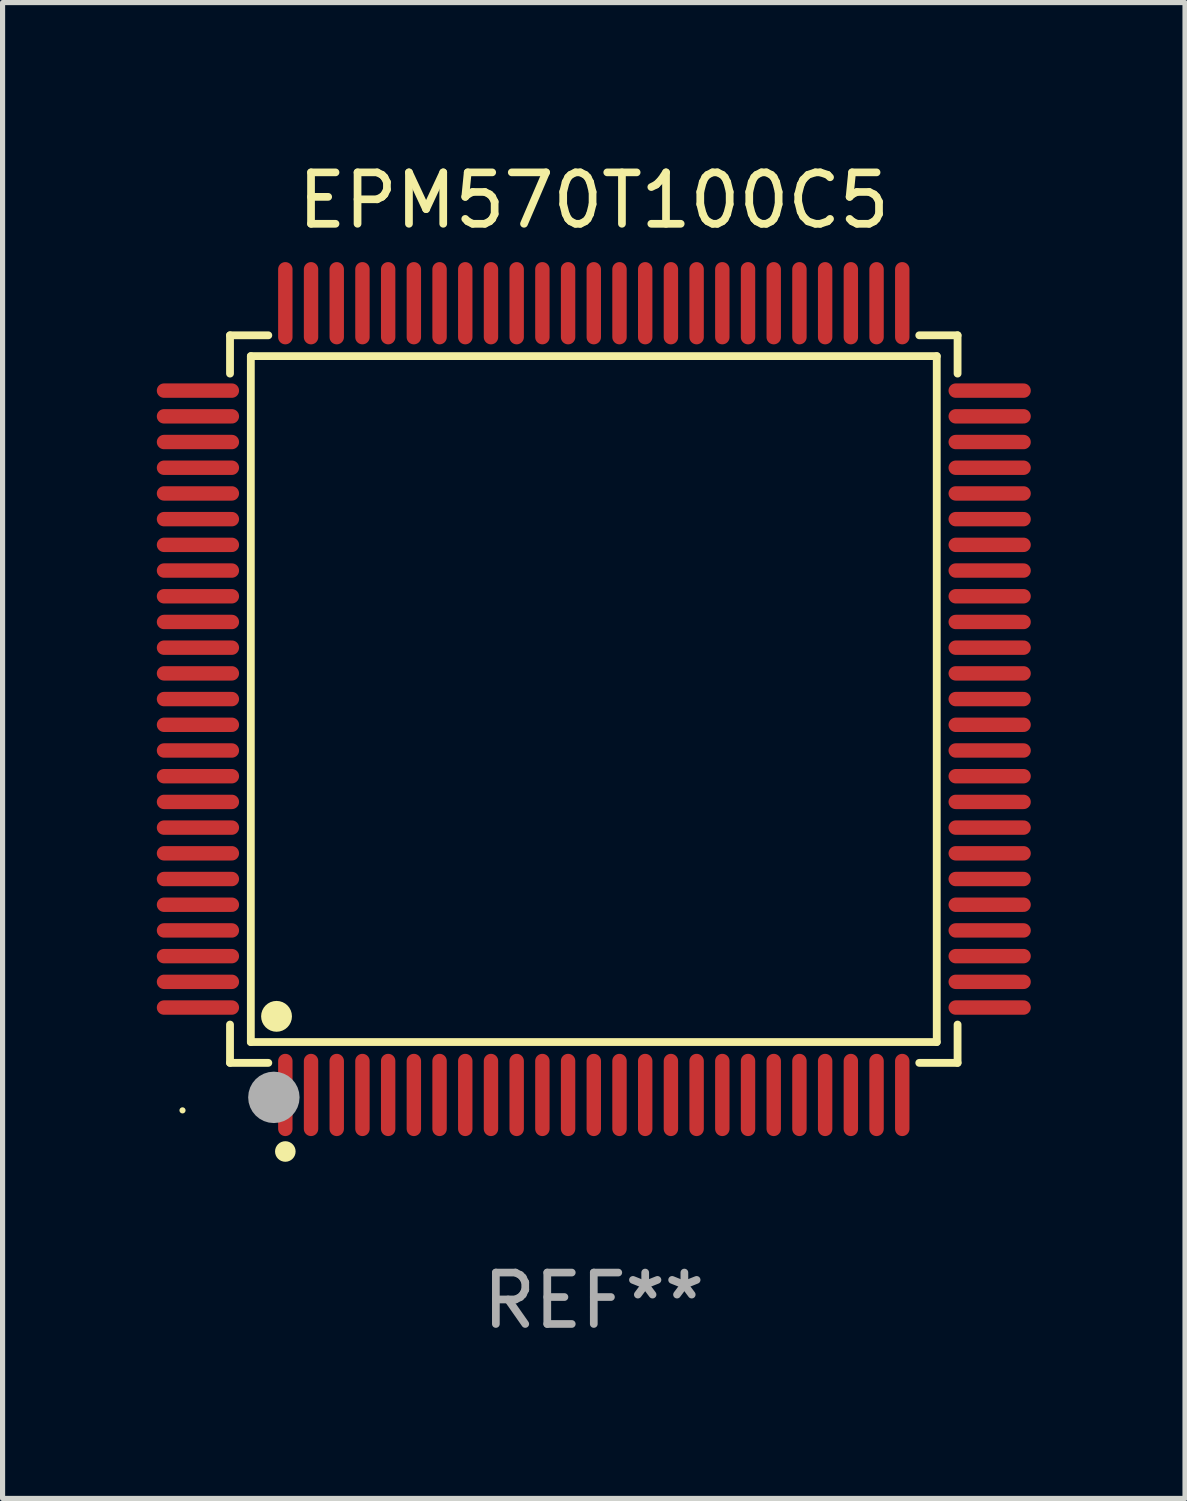
<source format=kicad_pcb>
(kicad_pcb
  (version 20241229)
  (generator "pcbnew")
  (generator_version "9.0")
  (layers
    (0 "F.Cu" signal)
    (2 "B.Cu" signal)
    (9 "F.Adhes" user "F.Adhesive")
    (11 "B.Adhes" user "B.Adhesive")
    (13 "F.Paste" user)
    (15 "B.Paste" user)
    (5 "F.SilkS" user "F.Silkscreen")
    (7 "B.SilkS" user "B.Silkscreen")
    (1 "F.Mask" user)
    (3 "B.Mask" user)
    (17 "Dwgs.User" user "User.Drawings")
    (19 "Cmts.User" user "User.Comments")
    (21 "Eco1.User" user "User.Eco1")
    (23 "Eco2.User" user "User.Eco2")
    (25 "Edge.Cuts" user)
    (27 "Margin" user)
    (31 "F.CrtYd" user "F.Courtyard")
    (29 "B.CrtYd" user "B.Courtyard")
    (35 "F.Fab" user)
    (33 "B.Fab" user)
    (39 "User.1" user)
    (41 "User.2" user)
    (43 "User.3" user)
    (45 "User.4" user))
  (footprint "EPM570T100C5"
    (layer "F.Cu")
    (at 8.5 10.548)
    (property "Reference" "EPM570T100C5" (at 0 -9.7 0) (layer "F.SilkS") (effects (font (size 1 1) (thickness 0.15))))
    (attr through_hole)
    (fp_line (start -7.076 -7.076) (end -6.331 -7.076) (stroke (width 0.152) (type solid)) (layer "F.SilkS"))
    (fp_line (start -7.076 -6.331) (end -7.076 -7.076) (stroke (width 0.152) (type solid)) (layer "F.SilkS"))
    (fp_line (start -7.076 6.331) (end -7.076 7.076) (stroke (width 0.152) (type solid)) (layer "F.SilkS"))
    (fp_line (start -7.076 7.076) (end -6.331 7.076) (stroke (width 0.152) (type solid)) (layer "F.SilkS"))
    (fp_line (start -6.671 -6.671) (end 6.671 -6.671) (stroke (width 0.152) (type solid)) (layer "F.SilkS"))
    (fp_line (start -6.671 6.671) (end -6.671 -6.671) (stroke (width 0.152) (type solid)) (layer "F.SilkS"))
    (fp_line (start 6.671 -6.671) (end 6.671 6.671) (stroke (width 0.152) (type solid)) (layer "F.SilkS"))
    (fp_line (start 6.671 6.671) (end -6.671 6.671) (stroke (width 0.152) (type solid)) (layer "F.SilkS"))
    (fp_line (start 7.076 -7.076) (end 6.331 -7.076) (stroke (width 0.152) (type solid)) (layer "F.SilkS"))
    (fp_line (start 7.076 -6.331) (end 7.076 -7.076) (stroke (width 0.152) (type solid)) (layer "F.SilkS"))
    (fp_line (start 7.076 6.331) (end 7.076 7.076) (stroke (width 0.152) (type solid)) (layer "F.SilkS"))
    (fp_line (start 7.076 7.076) (end 6.331 7.076) (stroke (width 0.152) (type solid)) (layer "F.SilkS"))
    (fp_circle (center -8 8) (end -7.97 8) (stroke (width 0.06) (type solid)) (fill no) (layer "F.SilkS"))
    (fp_circle (center -6.171 6.171) (end -6.021 6.171) (stroke (width 0.3) (type solid)) (fill no) (layer "F.SilkS"))
    (fp_circle (center -6 8.8) (end -5.9 8.8) (stroke (width 0.2) (type solid)) (fill no) (layer "F.SilkS"))
    (fp_circle (center -6.223 7.747) (end -5.973 7.747) (stroke (width 0.5) (type solid)) (fill no) (layer "F.Fab"))
    (fp_text user "REF**" (at 0 11.7 0) (layer "F.Fab") (effects (font (size 1 1) (thickness 0.15))))
    (pad "1" smd oval (at -6 7.7) (size 0.28 1.6) (layers "F.Cu" "F.Mask" "F.Paste"))
    (pad "2" smd oval (at -5.5 7.7) (size 0.28 1.6) (layers "F.Cu" "F.Mask" "F.Paste"))
    (pad "3" smd oval (at -5 7.7) (size 0.28 1.6) (layers "F.Cu" "F.Mask" "F.Paste"))
    (pad "4" smd oval (at -4.5 7.7) (size 0.28 1.6) (layers "F.Cu" "F.Mask" "F.Paste"))
    (pad "5" smd oval (at -4 7.7) (size 0.28 1.6) (layers "F.Cu" "F.Mask" "F.Paste"))
    (pad "6" smd oval (at -3.5 7.7) (size 0.28 1.6) (layers "F.Cu" "F.Mask" "F.Paste"))
    (pad "7" smd oval (at -3 7.7) (size 0.28 1.6) (layers "F.Cu" "F.Mask" "F.Paste"))
    (pad "8" smd oval (at -2.5 7.7) (size 0.28 1.6) (layers "F.Cu" "F.Mask" "F.Paste"))
    (pad "9" smd oval (at -2 7.7) (size 0.28 1.6) (layers "F.Cu" "F.Mask" "F.Paste"))
    (pad "10" smd oval (at -1.5 7.7) (size 0.28 1.6) (layers "F.Cu" "F.Mask" "F.Paste"))
    (pad "11" smd oval (at -1 7.7) (size 0.28 1.6) (layers "F.Cu" "F.Mask" "F.Paste"))
    (pad "12" smd oval (at -0.5 7.7) (size 0.28 1.6) (layers "F.Cu" "F.Mask" "F.Paste"))
    (pad "13" smd oval (at 0 7.7) (size 0.28 1.6) (layers "F.Cu" "F.Mask" "F.Paste"))
    (pad "14" smd oval (at 0.5 7.7) (size 0.28 1.6) (layers "F.Cu" "F.Mask" "F.Paste"))
    (pad "15" smd oval (at 1 7.7) (size 0.28 1.6) (layers "F.Cu" "F.Mask" "F.Paste"))
    (pad "16" smd oval (at 1.5 7.7) (size 0.28 1.6) (layers "F.Cu" "F.Mask" "F.Paste"))
    (pad "17" smd oval (at 2 7.7) (size 0.28 1.6) (layers "F.Cu" "F.Mask" "F.Paste"))
    (pad "18" smd oval (at 2.5 7.7) (size 0.28 1.6) (layers "F.Cu" "F.Mask" "F.Paste"))
    (pad "19" smd oval (at 3 7.7) (size 0.28 1.6) (layers "F.Cu" "F.Mask" "F.Paste"))
    (pad "20" smd oval (at 3.5 7.7) (size 0.28 1.6) (layers "F.Cu" "F.Mask" "F.Paste"))
    (pad "21" smd oval (at 4 7.7) (size 0.28 1.6) (layers "F.Cu" "F.Mask" "F.Paste"))
    (pad "22" smd oval (at 4.5 7.7) (size 0.28 1.6) (layers "F.Cu" "F.Mask" "F.Paste"))
    (pad "23" smd oval (at 5 7.7) (size 0.28 1.6) (layers "F.Cu" "F.Mask" "F.Paste"))
    (pad "24" smd oval (at 5.5 7.7) (size 0.28 1.6) (layers "F.Cu" "F.Mask" "F.Paste"))
    (pad "25" smd oval (at 6 7.7) (size 0.28 1.6) (layers "F.Cu" "F.Mask" "F.Paste"))
    (pad "26" smd oval (at 7.7 6) (size 1.6 0.28) (layers "F.Cu" "F.Mask" "F.Paste"))
    (pad "27" smd oval (at 7.7 5.5) (size 1.6 0.28) (layers "F.Cu" "F.Mask" "F.Paste"))
    (pad "28" smd oval (at 7.7 5) (size 1.6 0.28) (layers "F.Cu" "F.Mask" "F.Paste"))
    (pad "29" smd oval (at 7.7 4.5) (size 1.6 0.28) (layers "F.Cu" "F.Mask" "F.Paste"))
    (pad "30" smd oval (at 7.7 4) (size 1.6 0.28) (layers "F.Cu" "F.Mask" "F.Paste"))
    (pad "31" smd oval (at 7.7 3.5) (size 1.6 0.28) (layers "F.Cu" "F.Mask" "F.Paste"))
    (pad "32" smd oval (at 7.7 3) (size 1.6 0.28) (layers "F.Cu" "F.Mask" "F.Paste"))
    (pad "33" smd oval (at 7.7 2.5) (size 1.6 0.28) (layers "F.Cu" "F.Mask" "F.Paste"))
    (pad "34" smd oval (at 7.7 2) (size 1.6 0.28) (layers "F.Cu" "F.Mask" "F.Paste"))
    (pad "35" smd oval (at 7.7 1.5) (size 1.6 0.28) (layers "F.Cu" "F.Mask" "F.Paste"))
    (pad "36" smd oval (at 7.7 1) (size 1.6 0.28) (layers "F.Cu" "F.Mask" "F.Paste"))
    (pad "37" smd oval (at 7.7 0.5) (size 1.6 0.28) (layers "F.Cu" "F.Mask" "F.Paste"))
    (pad "38" smd oval (at 7.7 0) (size 1.6 0.28) (layers "F.Cu" "F.Mask" "F.Paste"))
    (pad "39" smd oval (at 7.7 -0.5) (size 1.6 0.28) (layers "F.Cu" "F.Mask" "F.Paste"))
    (pad "40" smd oval (at 7.7 -1) (size 1.6 0.28) (layers "F.Cu" "F.Mask" "F.Paste"))
    (pad "41" smd oval (at 7.7 -1.5) (size 1.6 0.28) (layers "F.Cu" "F.Mask" "F.Paste"))
    (pad "42" smd oval (at 7.7 -2) (size 1.6 0.28) (layers "F.Cu" "F.Mask" "F.Paste"))
    (pad "43" smd oval (at 7.7 -2.5) (size 1.6 0.28) (layers "F.Cu" "F.Mask" "F.Paste"))
    (pad "44" smd oval (at 7.7 -3) (size 1.6 0.28) (layers "F.Cu" "F.Mask" "F.Paste"))
    (pad "45" smd oval (at 7.7 -3.5) (size 1.6 0.28) (layers "F.Cu" "F.Mask" "F.Paste"))
    (pad "46" smd oval (at 7.7 -4) (size 1.6 0.28) (layers "F.Cu" "F.Mask" "F.Paste"))
    (pad "47" smd oval (at 7.7 -4.5) (size 1.6 0.28) (layers "F.Cu" "F.Mask" "F.Paste"))
    (pad "48" smd oval (at 7.7 -5) (size 1.6 0.28) (layers "F.Cu" "F.Mask" "F.Paste"))
    (pad "49" smd oval (at 7.7 -5.5) (size 1.6 0.28) (layers "F.Cu" "F.Mask" "F.Paste"))
    (pad "50" smd oval (at 7.7 -6) (size 1.6 0.28) (layers "F.Cu" "F.Mask" "F.Paste"))
    (pad "51" smd oval (at 6 -7.7) (size 0.28 1.6) (layers "F.Cu" "F.Mask" "F.Paste"))
    (pad "52" smd oval (at 5.5 -7.7) (size 0.28 1.6) (layers "F.Cu" "F.Mask" "F.Paste"))
    (pad "53" smd oval (at 5 -7.7) (size 0.28 1.6) (layers "F.Cu" "F.Mask" "F.Paste"))
    (pad "54" smd oval (at 4.5 -7.7) (size 0.28 1.6) (layers "F.Cu" "F.Mask" "F.Paste"))
    (pad "55" smd oval (at 4 -7.7) (size 0.28 1.6) (layers "F.Cu" "F.Mask" "F.Paste"))
    (pad "56" smd oval (at 3.5 -7.7) (size 0.28 1.6) (layers "F.Cu" "F.Mask" "F.Paste"))
    (pad "57" smd oval (at 3 -7.7) (size 0.28 1.6) (layers "F.Cu" "F.Mask" "F.Paste"))
    (pad "58" smd oval (at 2.5 -7.7) (size 0.28 1.6) (layers "F.Cu" "F.Mask" "F.Paste"))
    (pad "59" smd oval (at 2 -7.7) (size 0.28 1.6) (layers "F.Cu" "F.Mask" "F.Paste"))
    (pad "60" smd oval (at 1.5 -7.7) (size 0.28 1.6) (layers "F.Cu" "F.Mask" "F.Paste"))
    (pad "61" smd oval (at 1 -7.7) (size 0.28 1.6) (layers "F.Cu" "F.Mask" "F.Paste"))
    (pad "62" smd oval (at 0.5 -7.7) (size 0.28 1.6) (layers "F.Cu" "F.Mask" "F.Paste"))
    (pad "63" smd oval (at 0 -7.7) (size 0.28 1.6) (layers "F.Cu" "F.Mask" "F.Paste"))
    (pad "64" smd oval (at -0.5 -7.7) (size 0.28 1.6) (layers "F.Cu" "F.Mask" "F.Paste"))
    (pad "65" smd oval (at -1 -7.7) (size 0.28 1.6) (layers "F.Cu" "F.Mask" "F.Paste"))
    (pad "66" smd oval (at -1.5 -7.7) (size 0.28 1.6) (layers "F.Cu" "F.Mask" "F.Paste"))
    (pad "67" smd oval (at -2 -7.7) (size 0.28 1.6) (layers "F.Cu" "F.Mask" "F.Paste"))
    (pad "68" smd oval (at -2.5 -7.7) (size 0.28 1.6) (layers "F.Cu" "F.Mask" "F.Paste"))
    (pad "69" smd oval (at -3 -7.7) (size 0.28 1.6) (layers "F.Cu" "F.Mask" "F.Paste"))
    (pad "70" smd oval (at -3.5 -7.7) (size 0.28 1.6) (layers "F.Cu" "F.Mask" "F.Paste"))
    (pad "71" smd oval (at -4 -7.7) (size 0.28 1.6) (layers "F.Cu" "F.Mask" "F.Paste"))
    (pad "72" smd oval (at -4.5 -7.7) (size 0.28 1.6) (layers "F.Cu" "F.Mask" "F.Paste"))
    (pad "73" smd oval (at -5 -7.7) (size 0.28 1.6) (layers "F.Cu" "F.Mask" "F.Paste"))
    (pad "74" smd oval (at -5.5 -7.7) (size 0.28 1.6) (layers "F.Cu" "F.Mask" "F.Paste"))
    (pad "75" smd oval (at -6 -7.7) (size 0.28 1.6) (layers "F.Cu" "F.Mask" "F.Paste"))
    (pad "76" smd oval (at -7.7 -6) (size 1.6 0.28) (layers "F.Cu" "F.Mask" "F.Paste"))
    (pad "77" smd oval (at -7.7 -5.5) (size 1.6 0.28) (layers "F.Cu" "F.Mask" "F.Paste"))
    (pad "78" smd oval (at -7.7 -5) (size 1.6 0.28) (layers "F.Cu" "F.Mask" "F.Paste"))
    (pad "79" smd oval (at -7.7 -4.5) (size 1.6 0.28) (layers "F.Cu" "F.Mask" "F.Paste"))
    (pad "80" smd oval (at -7.7 -4) (size 1.6 0.28) (layers "F.Cu" "F.Mask" "F.Paste"))
    (pad "81" smd oval (at -7.7 -3.5) (size 1.6 0.28) (layers "F.Cu" "F.Mask" "F.Paste"))
    (pad "82" smd oval (at -7.7 -3) (size 1.6 0.28) (layers "F.Cu" "F.Mask" "F.Paste"))
    (pad "83" smd oval (at -7.7 -2.5) (size 1.6 0.28) (layers "F.Cu" "F.Mask" "F.Paste"))
    (pad "84" smd oval (at -7.7 -2) (size 1.6 0.28) (layers "F.Cu" "F.Mask" "F.Paste"))
    (pad "85" smd oval (at -7.7 -1.5) (size 1.6 0.28) (layers "F.Cu" "F.Mask" "F.Paste"))
    (pad "86" smd oval (at -7.7 -1) (size 1.6 0.28) (layers "F.Cu" "F.Mask" "F.Paste"))
    (pad "87" smd oval (at -7.7 -0.5) (size 1.6 0.28) (layers "F.Cu" "F.Mask" "F.Paste"))
    (pad "88" smd oval (at -7.7 0) (size 1.6 0.28) (layers "F.Cu" "F.Mask" "F.Paste"))
    (pad "89" smd oval (at -7.7 0.5) (size 1.6 0.28) (layers "F.Cu" "F.Mask" "F.Paste"))
    (pad "90" smd oval (at -7.7 1) (size 1.6 0.28) (layers "F.Cu" "F.Mask" "F.Paste"))
    (pad "91" smd oval (at -7.7 1.5) (size 1.6 0.28) (layers "F.Cu" "F.Mask" "F.Paste"))
    (pad "92" smd oval (at -7.7 2) (size 1.6 0.28) (layers "F.Cu" "F.Mask" "F.Paste"))
    (pad "93" smd oval (at -7.7 2.5) (size 1.6 0.28) (layers "F.Cu" "F.Mask" "F.Paste"))
    (pad "94" smd oval (at -7.7 3) (size 1.6 0.28) (layers "F.Cu" "F.Mask" "F.Paste"))
    (pad "95" smd oval (at -7.7 3.5) (size 1.6 0.28) (layers "F.Cu" "F.Mask" "F.Paste"))
    (pad "96" smd oval (at -7.7 4) (size 1.6 0.28) (layers "F.Cu" "F.Mask" "F.Paste"))
    (pad "97" smd oval (at -7.7 4.5) (size 1.6 0.28) (layers "F.Cu" "F.Mask" "F.Paste"))
    (pad "98" smd oval (at -7.7 5) (size 1.6 0.28) (layers "F.Cu" "F.Mask" "F.Paste"))
    (pad "99" smd oval (at -7.7 5.5) (size 1.6 0.28) (layers "F.Cu" "F.Mask" "F.Paste"))
    (pad "100" smd oval (at -7.7 6) (size 1.6 0.28) (layers "F.Cu" "F.Mask" "F.Paste")))
  (gr_rect
    (start -3 -3)
    (end 20 26.097)
    (stroke (width 0.1) (type default))
    (fill no)
    (layer "Edge.Cuts")))
</source>
